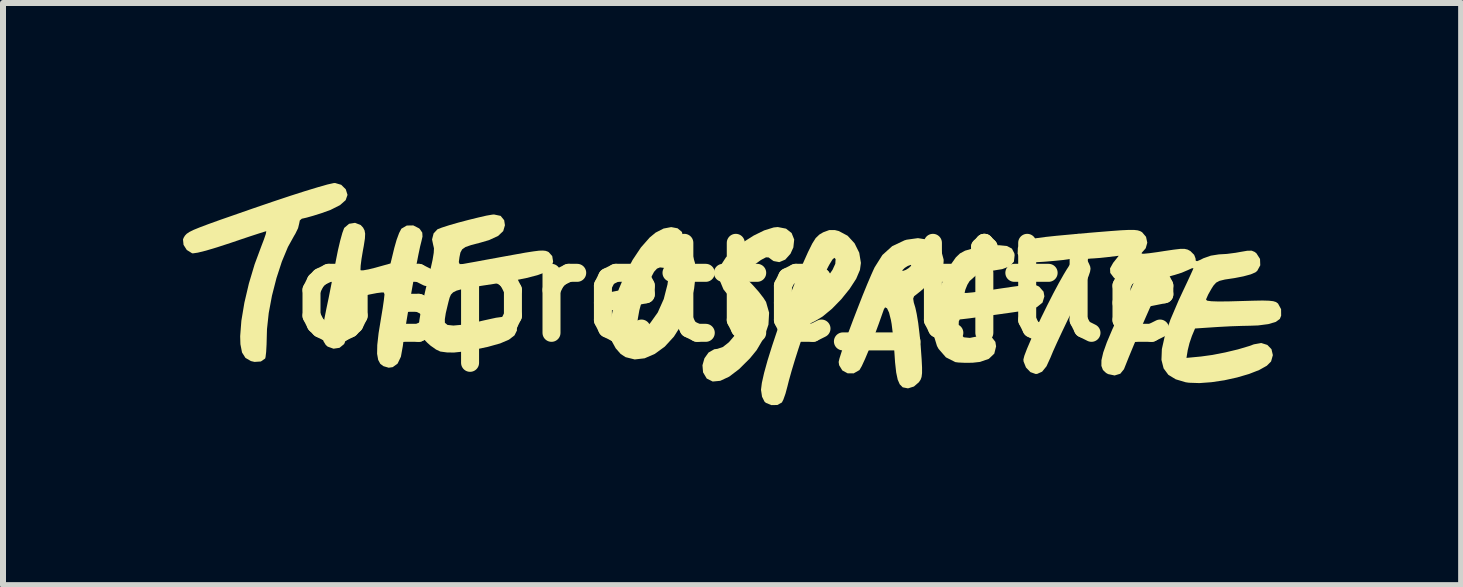
<source format=kicad_pcb>
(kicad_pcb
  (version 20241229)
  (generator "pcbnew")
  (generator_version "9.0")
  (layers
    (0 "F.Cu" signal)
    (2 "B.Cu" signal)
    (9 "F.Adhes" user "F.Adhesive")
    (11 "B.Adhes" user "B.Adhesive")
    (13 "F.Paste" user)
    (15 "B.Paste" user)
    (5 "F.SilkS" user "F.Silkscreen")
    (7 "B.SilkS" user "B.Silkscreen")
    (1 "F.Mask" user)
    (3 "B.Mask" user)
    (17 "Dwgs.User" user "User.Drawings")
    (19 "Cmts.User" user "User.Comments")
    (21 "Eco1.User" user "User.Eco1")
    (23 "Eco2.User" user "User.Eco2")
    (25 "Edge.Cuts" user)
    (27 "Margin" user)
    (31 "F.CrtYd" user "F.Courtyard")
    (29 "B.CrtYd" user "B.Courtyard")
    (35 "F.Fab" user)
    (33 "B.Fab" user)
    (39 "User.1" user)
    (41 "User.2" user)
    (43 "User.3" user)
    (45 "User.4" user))
  (footprint "osprette_title"
    (layer "F.Cu")
    (at 9.249 1.819)
    (property "Reference" "osprette_title" (at 0 0 0) (layer "F.SilkS") (effects (font (size 1.5 1.5) (thickness 0.3))))
    (attr board_only exclude_from_pos_files exclude_from_bom)
    (fp_poly (pts (xy -1.006 -1.064) (xy -0.934 -1.004) (xy -0.91 -0.913) (xy -0.89 -0.822) (xy -0.852 -0.765) (xy -0.765 -0.65) (xy -0.716 -0.487) (xy -0.704 -0.286) (xy -0.73 -0.059) (xy -0.791 0.185) (xy -0.887 0.434) (xy -0.936 0.535) (xy -1.067 0.742) (xy -1.22 0.909) (xy -1.386 1.03) (xy -1.555 1.103) (xy -1.72 1.122) (xy -1.872 1.084) (xy -1.954 1.031) (xy -2.037 0.936) (xy -2.098 0.825) (xy -2.101 0.816) (xy -2.128 0.644) (xy -2.122 0.565) (xy -1.679 0.565) (xy -1.669 0.642) (xy -1.643 0.665) (xy -1.596 0.641) (xy -1.523 0.579) (xy -1.465 0.52) (xy -1.336 0.339) (xy -1.236 0.115) (xy -1.174 -0.128) (xy -1.164 -0.199) (xy -1.155 -0.306) (xy -1.163 -0.363) (xy -1.193 -0.391) (xy -1.239 -0.405) (xy -1.299 -0.412) (xy -1.349 -0.392) (xy -1.398 -0.338) (xy -1.451 -0.238) (xy -1.517 -0.085) (xy -1.544 -0.017) (xy -1.6 0.143) (xy -1.643 0.302) (xy -1.669 0.448) (xy -1.679 0.565) (xy -2.122 0.565) (xy -2.113 0.433) (xy -2.064 0.196) (xy -1.984 -0.053) (xy -1.879 -0.302) (xy -1.755 -0.537) (xy -1.617 -0.744) (xy -1.47 -0.911) (xy -1.372 -0.992) (xy -1.239 -1.06) (xy -1.112 -1.084)) (stroke (width 0) (type solid)) (fill yes) (layer "F.SilkS"))
    (fp_poly (pts (xy 0.802 -1.058) (xy 0.895 -0.985) (xy 0.938 -0.877) (xy 0.924 -0.745) (xy 0.876 -0.639) (xy 0.789 -0.542) (xy 0.69 -0.5) (xy 0.594 -0.518) (xy 0.56 -0.542) (xy 0.512 -0.578) (xy 0.468 -0.58) (xy 0.399 -0.544) (xy 0.377 -0.531) (xy 0.274 -0.456) (xy 0.181 -0.373) (xy 0.176 -0.369) (xy 0.091 -0.279) (xy 0.252 -0.113) (xy 0.346 -0.007) (xy 0.427 0.098) (xy 0.469 0.164) (xy 0.52 0.343) (xy 0.509 0.541) (xy 0.439 0.751) (xy 0.312 0.967) (xy 0.2 1.104) (xy 0.02 1.283) (xy -0.146 1.409) (xy -0.294 1.478) (xy -0.42 1.49) (xy -0.518 1.441) (xy -0.521 1.438) (xy -0.581 1.337) (xy -0.591 1.219) (xy -0.558 1.103) (xy -0.49 1.007) (xy -0.394 0.952) (xy -0.341 0.945) (xy -0.25 0.914) (xy -0.15 0.835) (xy -0.055 0.723) (xy 0.021 0.597) (xy 0.064 0.474) (xy 0.07 0.422) (xy 0.06 0.345) (xy 0.024 0.271) (xy -0.049 0.181) (xy -0.108 0.12) (xy -0.241 -0.046) (xy -0.308 -0.207) (xy -0.307 -0.366) (xy -0.28 -0.455) (xy -0.202 -0.576) (xy -0.075 -0.705) (xy 0.086 -0.831) (xy 0.263 -0.943) (xy 0.438 -1.029) (xy 0.596 -1.078) (xy 0.664 -1.085)) (stroke (width 0) (type solid)) (fill yes) (layer "F.SilkS"))
    (fp_poly (pts (xy 1.682 -1.018) (xy 1.828 -0.94) (xy 1.944 -0.814) (xy 2.022 -0.657) (xy 2.05 -0.487) (xy 2.034 -0.37) (xy 1.971 -0.222) (xy 1.862 -0.054) (xy 1.723 0.118) (xy 1.568 0.277) (xy 1.412 0.406) (xy 1.289 0.48) (xy 1.224 0.513) (xy 1.177 0.547) (xy 1.139 0.596) (xy 1.102 0.673) (xy 1.059 0.792) (xy 1.007 0.949) (xy 0.949 1.132) (xy 0.894 1.315) (xy 0.849 1.476) (xy 0.826 1.568) (xy 0.793 1.691) (xy 0.758 1.79) (xy 0.733 1.839) (xy 0.658 1.881) (xy 0.558 1.883) (xy 0.467 1.846) (xy 0.443 1.825) (xy 0.402 1.743) (xy 0.385 1.63) (xy 0.385 1.624) (xy 0.399 1.513) (xy 0.436 1.348) (xy 0.494 1.138) (xy 0.57 0.895) (xy 0.659 0.628) (xy 0.758 0.347) (xy 0.864 0.063) (xy 0.966 -0.197) (xy 1.401 -0.197) (xy 1.417 -0.185) (xy 1.46 -0.219) (xy 1.518 -0.286) (xy 1.577 -0.372) (xy 1.623 -0.472) (xy 1.628 -0.549) (xy 1.627 -0.552) (xy 1.607 -0.572) (xy 1.575 -0.543) (xy 1.524 -0.459) (xy 1.503 -0.42) (xy 1.45 -0.314) (xy 1.413 -0.232) (xy 1.401 -0.197) (xy 0.966 -0.197) (xy 0.974 -0.215) (xy 1.083 -0.477) (xy 1.169 -0.669) (xy 1.239 -0.81) (xy 1.297 -0.902) (xy 1.358 -0.96) (xy 1.421 -0.997) (xy 1.523 -1.035) (xy 1.614 -1.035)) (stroke (width 0) (type solid)) (fill yes) (layer "F.SilkS"))
    (fp_poly (pts (xy -6.612 -1.789) (xy -6.536 -1.714) (xy -6.507 -1.621) (xy -6.538 -1.533) (xy -6.632 -1.45) (xy -6.791 -1.37) (xy -6.944 -1.315) (xy -7.078 -1.273) (xy -7.188 -1.242) (xy -7.257 -1.226) (xy -7.267 -1.225) (xy -7.302 -1.195) (xy -7.312 -1.145) (xy -7.331 -1.066) (xy -7.379 -0.968) (xy -7.394 -0.944) (xy -7.5 -0.753) (xy -7.601 -0.51) (xy -7.691 -0.234) (xy -7.766 0.059) (xy -7.82 0.348) (xy -7.849 0.617) (xy -7.852 0.717) (xy -7.856 0.87) (xy -7.863 0.997) (xy -7.873 1.082) (xy -7.88 1.107) (xy -7.951 1.156) (xy -8.057 1.163) (xy -8.117 1.149) (xy -8.208 1.096) (xy -8.265 1.006) (xy -8.292 0.868) (xy -8.296 0.735) (xy -8.276 0.476) (xy -8.226 0.177) (xy -8.151 -0.143) (xy -8.055 -0.464) (xy -7.944 -0.763) (xy -7.899 -0.881) (xy -7.869 -0.969) (xy -7.861 -1.013) (xy -7.863 -1.015) (xy -7.902 -1.004) (xy -7.996 -0.974) (xy -8.134 -0.929) (xy -8.304 -0.872) (xy -8.457 -0.82) (xy -8.681 -0.747) (xy -8.865 -0.692) (xy -9.002 -0.658) (xy -9.084 -0.646) (xy -9.098 -0.648) (xy -9.186 -0.703) (xy -9.24 -0.788) (xy -9.249 -0.878) (xy -9.238 -0.906) (xy -9.217 -0.941) (xy -9.188 -0.972) (xy -9.144 -1.002) (xy -9.074 -1.037) (xy -8.971 -1.079) (xy -8.825 -1.134) (xy -8.628 -1.205) (xy -8.458 -1.264) (xy -8.097 -1.39) (xy -7.764 -1.504) (xy -7.467 -1.603) (xy -7.211 -1.685) (xy -7 -1.749) (xy -6.842 -1.794) (xy -6.74 -1.817) (xy -6.714 -1.819)) (stroke (width 0) (type solid)) (fill yes) (layer "F.SilkS"))
    (fp_poly (pts (xy 4.484 -0.769) (xy 4.567 -0.725) (xy 4.607 -0.647) (xy 4.612 -0.618) (xy 4.6 -0.508) (xy 4.532 -0.431) (xy 4.404 -0.383) (xy 4.309 -0.368) (xy 4.105 -0.332) (xy 3.959 -0.272) (xy 3.861 -0.184) (xy 3.824 -0.123) (xy 3.791 -0.042) (xy 3.779 0.008) (xy 3.781 0.013) (xy 3.819 0.013) (xy 3.914 0.004) (xy 4.055 -0.014) (xy 4.229 -0.038) (xy 4.367 -0.059) (xy 4.58 -0.09) (xy 4.735 -0.111) (xy 4.844 -0.122) (xy 4.918 -0.123) (xy 4.969 -0.115) (xy 5.007 -0.099) (xy 5.023 -0.089) (xy 5.094 -0.008) (xy 5.108 0.07) (xy 5.077 0.174) (xy 4.983 0.25) (xy 4.856 0.294) (xy 4.795 0.304) (xy 4.683 0.322) (xy 4.533 0.344) (xy 4.361 0.368) (xy 4.182 0.393) (xy 4.011 0.416) (xy 3.864 0.436) (xy 3.754 0.449) (xy 3.699 0.455) (xy 3.698 0.455) (xy 3.682 0.485) (xy 3.679 0.561) (xy 3.68 0.582) (xy 3.706 0.694) (xy 3.765 0.753) (xy 3.866 0.763) (xy 3.974 0.741) (xy 4.123 0.722) (xy 4.231 0.752) (xy 4.291 0.829) (xy 4.303 0.904) (xy 4.273 1.025) (xy 4.182 1.112) (xy 4.035 1.163) (xy 3.909 1.177) (xy 3.781 1.178) (xy 3.675 1.173) (xy 3.623 1.166) (xy 3.467 1.087) (xy 3.345 0.947) (xy 3.318 0.898) (xy 3.269 0.738) (xy 3.256 0.535) (xy 3.278 0.304) (xy 3.331 0.059) (xy 3.413 -0.183) (xy 3.52 -0.409) (xy 3.568 -0.488) (xy 3.633 -0.58) (xy 3.701 -0.645) (xy 3.786 -0.691) (xy 3.905 -0.725) (xy 4.072 -0.754) (xy 4.162 -0.766) (xy 4.352 -0.782)) (stroke (width 0) (type solid)) (fill yes) (layer "F.SilkS"))
    (fp_poly (pts (xy 3.165 -0.874) (xy 3.298 -0.802) (xy 3.389 -0.691) (xy 3.428 -0.545) (xy 3.429 -0.522) (xy 3.423 -0.439) (xy 3.4 -0.373) (xy 3.348 -0.302) (xy 3.255 -0.208) (xy 3.242 -0.196) (xy 3.139 -0.1) (xy 3.045 -0.017) (xy 2.981 0.034) (xy 2.98 0.035) (xy 2.936 0.069) (xy 2.921 0.108) (xy 2.931 0.172) (xy 2.958 0.262) (xy 2.98 0.364) (xy 3.005 0.515) (xy 3.027 0.698) (xy 3.046 0.893) (xy 3.048 0.924) (xy 3.062 1.118) (xy 3.069 1.256) (xy 3.069 1.35) (xy 3.061 1.414) (xy 3.045 1.459) (xy 3.018 1.499) (xy 3.017 1.501) (xy 2.934 1.573) (xy 2.835 1.604) (xy 2.748 1.587) (xy 2.743 1.583) (xy 2.697 1.536) (xy 2.663 1.458) (xy 2.638 1.34) (xy 2.619 1.169) (xy 2.61 1.032) (xy 2.597 0.852) (xy 2.58 0.677) (xy 2.562 0.531) (xy 2.55 0.464) (xy 2.519 0.341) (xy 2.485 0.269) (xy 2.453 0.254) (xy 2.433 0.286) (xy 2.348 0.526) (xy 2.265 0.751) (xy 2.188 0.95) (xy 2.119 1.114) (xy 2.064 1.233) (xy 2.027 1.297) (xy 2.024 1.3) (xy 1.929 1.354) (xy 1.828 1.353) (xy 1.74 1.305) (xy 1.687 1.218) (xy 1.679 1.164) (xy 1.692 1.107) (xy 1.727 0.997) (xy 1.779 0.845) (xy 1.845 0.663) (xy 1.92 0.463) (xy 2 0.256) (xy 2.079 0.054) (xy 2.155 -0.132) (xy 2.222 -0.289) (xy 2.256 -0.365) (xy 2.741 -0.365) (xy 2.746 -0.352) (xy 2.799 -0.371) (xy 2.849 -0.403) (xy 2.888 -0.441) (xy 2.882 -0.455) (xy 2.829 -0.435) (xy 2.779 -0.403) (xy 2.741 -0.365) (xy 2.256 -0.365) (xy 2.276 -0.408) (xy 2.279 -0.414) (xy 2.408 -0.619) (xy 2.571 -0.766) (xy 2.776 -0.863) (xy 2.813 -0.874) (xy 3 -0.9)) (stroke (width 0) (type solid)) (fill yes) (layer "F.SilkS"))
    (fp_poly (pts (xy -6.287 -1.118) (xy -6.247 -1.075) (xy -6.223 -1.029) (xy -6.213 -0.974) (xy -6.217 -0.893) (xy -6.236 -0.77) (xy -6.251 -0.689) (xy -6.274 -0.551) (xy -6.288 -0.44) (xy -6.291 -0.374) (xy -6.288 -0.364) (xy -6.247 -0.363) (xy -6.158 -0.379) (xy -6.04 -0.408) (xy -6.03 -0.411) (xy -5.79 -0.478) (xy -5.727 -0.737) (xy -5.689 -0.871) (xy -5.647 -0.985) (xy -5.611 -1.054) (xy -5.608 -1.058) (xy -5.519 -1.11) (xy -5.411 -1.112) (xy -5.314 -1.063) (xy -5.3 -1.049) (xy -5.261 -0.992) (xy -5.257 -0.926) (xy -5.275 -0.848) (xy -5.297 -0.76) (xy -5.327 -0.617) (xy -5.363 -0.431) (xy -5.403 -0.216) (xy -5.444 0.013) (xy -5.484 0.245) (xy -5.521 0.464) (xy -5.552 0.658) (xy -5.574 0.813) (xy -5.585 0.898) (xy -5.617 1.076) (xy -5.672 1.191) (xy -5.753 1.25) (xy -5.82 1.26) (xy -5.908 1.234) (xy -5.96 1.196) (xy -5.996 1.129) (xy -6.014 1.027) (xy -6.011 0.881) (xy -5.989 0.684) (xy -5.947 0.427) (xy -5.946 0.421) (xy -5.92 0.264) (xy -5.901 0.132) (xy -5.891 0.042) (xy -5.893 0.008) (xy -5.934 0.005) (xy -6.02 0.016) (xy -6.129 0.037) (xy -6.239 0.062) (xy -6.327 0.087) (xy -6.364 0.103) (xy -6.387 0.146) (xy -6.415 0.243) (xy -6.445 0.375) (xy -6.46 0.458) (xy -6.489 0.611) (xy -6.521 0.745) (xy -6.552 0.84) (xy -6.564 0.866) (xy -6.64 0.928) (xy -6.74 0.943) (xy -6.838 0.908) (xy -6.869 0.881) (xy -6.906 0.821) (xy -6.923 0.737) (xy -6.919 0.617) (xy -6.894 0.452) (xy -6.858 0.271) (xy -6.823 0.105) (xy -6.782 -0.102) (xy -6.739 -0.323) (xy -6.702 -0.52) (xy -6.666 -0.7) (xy -6.628 -0.861) (xy -6.593 -0.987) (xy -6.565 -1.063) (xy -6.561 -1.071) (xy -6.481 -1.139) (xy -6.381 -1.155)) (stroke (width 0) (type solid)) (fill yes) (layer "F.SilkS"))
    (fp_poly (pts (xy -3.955 -1.271) (xy -3.896 -1.199) (xy -3.883 -1.115) (xy -3.912 -1.017) (xy -3.998 -0.936) (xy -4.148 -0.867) (xy -4.295 -0.824) (xy -4.445 -0.785) (xy -4.541 -0.752) (xy -4.596 -0.713) (xy -4.625 -0.66) (xy -4.641 -0.583) (xy -4.641 -0.583) (xy -4.652 -0.5) (xy -4.637 -0.467) (xy -4.585 -0.469) (xy -4.562 -0.473) (xy -4.491 -0.486) (xy -4.367 -0.508) (xy -4.206 -0.538) (xy -4.024 -0.571) (xy -3.971 -0.581) (xy -3.728 -0.625) (xy -3.544 -0.658) (xy -3.41 -0.679) (xy -3.315 -0.691) (xy -3.25 -0.693) (xy -3.205 -0.688) (xy -3.171 -0.676) (xy -3.154 -0.667) (xy -3.095 -0.601) (xy -3.08 -0.507) (xy -3.109 -0.414) (xy -3.14 -0.376) (xy -3.217 -0.329) (xy -3.343 -0.282) (xy -3.522 -0.236) (xy -3.761 -0.188) (xy -4.043 -0.141) (xy -4.285 -0.104) (xy -4.467 -0.075) (xy -4.598 -0.05) (xy -4.689 -0.025) (xy -4.747 0.004) (xy -4.783 0.041) (xy -4.805 0.091) (xy -4.823 0.157) (xy -4.839 0.223) (xy -4.869 0.349) (xy -4.885 0.452) (xy -4.884 0.51) (xy -4.884 0.511) (xy -4.84 0.547) (xy -4.742 0.557) (xy -4.588 0.543) (xy -4.374 0.503) (xy -4.229 0.47) (xy -4.032 0.427) (xy -3.891 0.408) (xy -3.795 0.414) (xy -3.734 0.447) (xy -3.698 0.508) (xy -3.688 0.544) (xy -3.683 0.639) (xy -3.724 0.721) (xy -3.816 0.792) (xy -3.963 0.855) (xy -4.171 0.913) (xy -4.403 0.961) (xy -4.592 0.992) (xy -4.734 1.007) (xy -4.851 1.005) (xy -4.961 0.99) (xy -5.031 0.957) (xy -5.123 0.892) (xy -5.179 0.842) (xy -5.262 0.755) (xy -5.304 0.682) (xy -5.317 0.593) (xy -5.318 0.555) (xy -5.309 0.467) (xy -5.286 0.328) (xy -5.25 0.152) (xy -5.206 -0.043) (xy -5.179 -0.154) (xy -5.125 -0.376) (xy -5.089 -0.539) (xy -5.07 -0.654) (xy -5.066 -0.73) (xy -5.076 -0.775) (xy -5.077 -0.777) (xy -5.098 -0.878) (xy -5.072 -0.979) (xy -5.007 -1.048) (xy -4.934 -1.076) (xy -4.813 -1.115) (xy -4.66 -1.159) (xy -4.493 -1.203) (xy -4.331 -1.243) (xy -4.192 -1.275) (xy -4.093 -1.292) (xy -4.065 -1.294)) (stroke (width 0) (type solid)) (fill yes) (layer "F.SilkS"))
    (fp_poly (pts (xy 6.602 -1.037) (xy 6.662 -1.03) (xy 6.704 -1.017) (xy 6.736 -0.999) (xy 6.802 -0.922) (xy 6.823 -0.824) (xy 6.797 -0.732) (xy 6.769 -0.699) (xy 6.731 -0.657) (xy 6.73 -0.641) (xy 6.768 -0.64) (xy 6.86 -0.649) (xy 6.991 -0.667) (xy 7.1 -0.684) (xy 7.263 -0.708) (xy 7.373 -0.721) (xy 7.445 -0.721) (xy 7.496 -0.709) (xy 7.54 -0.685) (xy 7.542 -0.684) (xy 7.604 -0.622) (xy 7.627 -0.563) (xy 7.631 -0.523) (xy 7.654 -0.516) (xy 7.713 -0.541) (xy 7.757 -0.564) (xy 7.882 -0.608) (xy 8.015 -0.629) (xy 8.031 -0.63) (xy 8.15 -0.637) (xy 8.296 -0.656) (xy 8.374 -0.67) (xy 8.491 -0.69) (xy 8.563 -0.691) (xy 8.613 -0.67) (xy 8.642 -0.647) (xy 8.702 -0.553) (xy 8.706 -0.447) (xy 8.655 -0.354) (xy 8.624 -0.329) (xy 8.547 -0.296) (xy 8.425 -0.263) (xy 8.282 -0.235) (xy 8.256 -0.231) (xy 8.116 -0.21) (xy 8.027 -0.188) (xy 7.97 -0.158) (xy 7.926 -0.109) (xy 7.89 -0.052) (xy 7.838 0.04) (xy 7.807 0.11) (xy 7.803 0.128) (xy 7.824 0.143) (xy 7.892 0.152) (xy 8.012 0.156) (xy 8.192 0.154) (xy 8.372 0.149) (xy 8.587 0.143) (xy 8.743 0.14) (xy 8.851 0.143) (xy 8.922 0.151) (xy 8.968 0.165) (xy 8.998 0.187) (xy 9.002 0.19) (xy 9.053 0.284) (xy 9.054 0.393) (xy 9.032 0.447) (xy 8.965 0.496) (xy 8.84 0.533) (xy 8.671 0.555) (xy 8.537 0.56) (xy 8.396 0.563) (xy 8.217 0.569) (xy 8.03 0.579) (xy 7.964 0.583) (xy 7.619 0.606) (xy 7.567 0.73) (xy 7.526 0.85) (xy 7.496 0.971) (xy 7.496 0.974) (xy 7.476 1.096) (xy 7.718 1.073) (xy 7.907 1.047) (xy 8.122 1.005) (xy 8.335 0.954) (xy 8.52 0.899) (xy 8.599 0.87) (xy 8.722 0.848) (xy 8.824 0.88) (xy 8.893 0.951) (xy 8.916 1.05) (xy 8.886 1.156) (xy 8.815 1.227) (xy 8.688 1.298) (xy 8.519 1.364) (xy 8.321 1.422) (xy 8.108 1.469) (xy 7.894 1.501) (xy 7.693 1.516) (xy 7.517 1.51) (xy 7.462 1.502) (xy 7.297 1.453) (xy 7.174 1.378) (xy 7.095 1.271) (xy 7.059 1.129) (xy 7.066 0.949) (xy 7.116 0.726) (xy 7.209 0.457) (xy 7.345 0.138) (xy 7.421 -0.025) (xy 7.489 -0.169) (xy 7.544 -0.288) (xy 7.581 -0.37) (xy 7.592 -0.4) (xy 7.565 -0.397) (xy 7.501 -0.368) (xy 7.496 -0.366) (xy 7.398 -0.324) (xy 7.278 -0.286) (xy 7.251 -0.279) (xy 7.182 -0.259) (xy 7.131 -0.232) (xy 7.087 -0.184) (xy 7.039 -0.103) (xy 6.976 0.024) (xy 6.95 0.08) (xy 6.877 0.238) (xy 6.789 0.437) (xy 6.694 0.656) (xy 6.6 0.877) (xy 6.516 1.08) (xy 6.45 1.245) (xy 6.434 1.285) (xy 6.373 1.36) (xy 6.278 1.389) (xy 6.17 1.366) (xy 6.136 1.347) (xy 6.084 1.298) (xy 6.058 1.229) (xy 6.059 1.134) (xy 6.089 1.005) (xy 6.149 0.836) (xy 6.241 0.619) (xy 6.345 0.392) (xy 6.43 0.208) (xy 6.505 0.047) (xy 6.563 -0.08) (xy 6.6 -0.165) (xy 6.612 -0.195) (xy 6.582 -0.2) (xy 6.506 -0.193) (xy 6.476 -0.189) (xy 6.373 -0.182) (xy 6.303 -0.209) (xy 6.266 -0.241) (xy 6.206 -0.32) (xy 6.202 -0.395) (xy 6.253 -0.487) (xy 6.27 -0.508) (xy 6.347 -0.606) (xy 6.156 -0.583) (xy 6.033 -0.57) (xy 5.927 -0.562) (xy 5.886 -0.56) (xy 5.833 -0.555) (xy 5.826 -0.527) (xy 5.856 -0.464) (xy 5.871 -0.428) (xy 5.877 -0.39) (xy 5.869 -0.34) (xy 5.845 -0.268) (xy 5.802 -0.165) (xy 5.735 -0.023) (xy 5.641 0.169) (xy 5.595 0.262) (xy 5.494 0.469) (xy 5.399 0.668) (xy 5.316 0.846) (xy 5.252 0.988) (xy 5.213 1.082) (xy 5.212 1.085) (xy 5.143 1.236) (xy 5.07 1.326) (xy 4.987 1.363) (xy 4.961 1.364) (xy 4.875 1.333) (xy 4.801 1.256) (xy 4.761 1.156) (xy 4.758 1.123) (xy 4.774 1.06) (xy 4.817 0.947) (xy 4.882 0.795) (xy 4.964 0.616) (xy 5.057 0.42) (xy 5.156 0.219) (xy 5.255 0.024) (xy 5.349 -0.152) (xy 5.433 -0.3) (xy 5.477 -0.373) (xy 5.601 -0.566) (xy 5.503 -0.547) (xy 5.424 -0.536) (xy 5.297 -0.523) (xy 5.148 -0.51) (xy 5.097 -0.506) (xy 4.943 -0.497) (xy 4.842 -0.497) (xy 4.778 -0.509) (xy 4.732 -0.534) (xy 4.721 -0.544) (xy 4.662 -0.638) (xy 4.666 -0.74) (xy 4.721 -0.82) (xy 4.754 -0.843) (xy 4.803 -0.863) (xy 4.875 -0.882) (xy 4.979 -0.9) (xy 5.12 -0.919) (xy 5.307 -0.939) (xy 5.546 -0.961) (xy 5.845 -0.988) (xy 5.976 -0.999) (xy 6.211 -1.018) (xy 6.387 -1.031) (xy 6.514 -1.037)) (stroke (width 0) (type solid)) (fill yes) (layer "F.SilkS")))
  (gr_rect
    (start -3 -3)
    (end 21.303 6.703)
    (stroke (width 0.1) (type default))
    (fill no)
    (layer "Edge.Cuts")))
</source>
